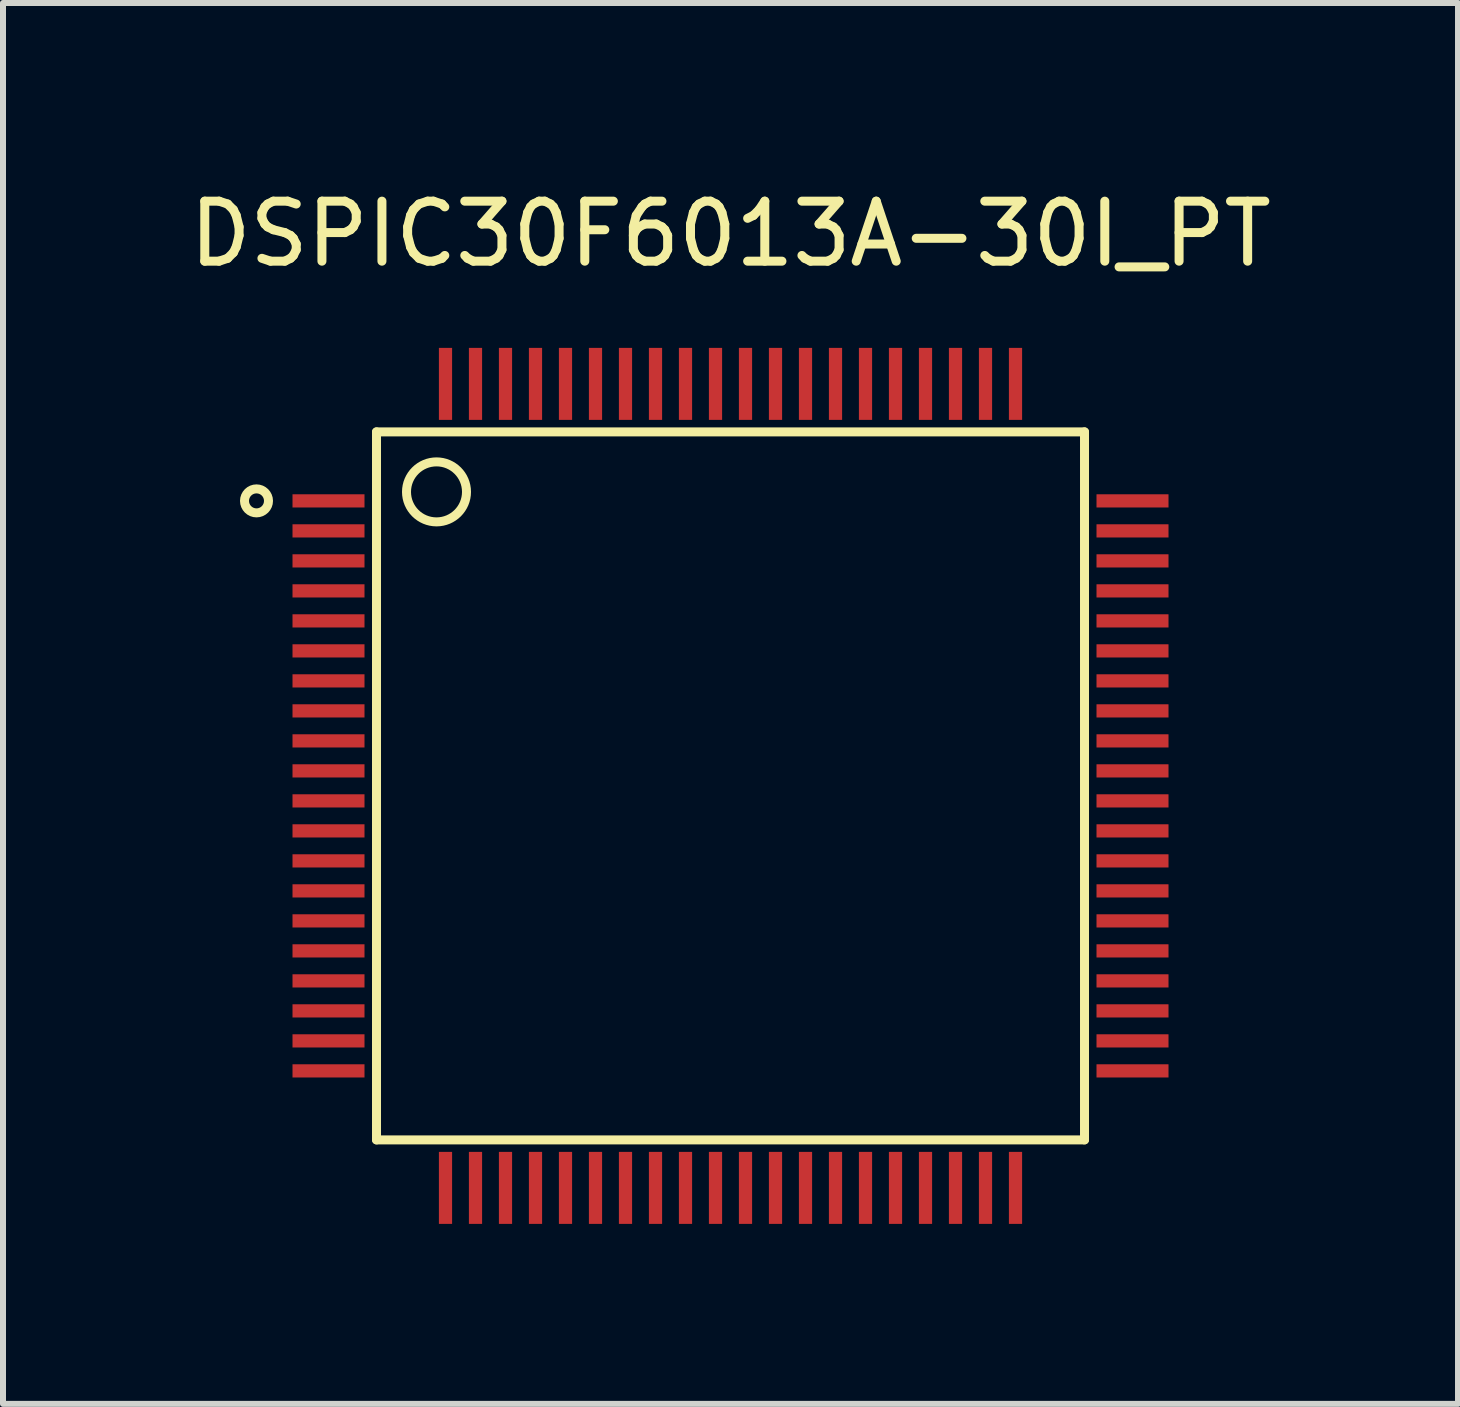
<source format=kicad_pcb>
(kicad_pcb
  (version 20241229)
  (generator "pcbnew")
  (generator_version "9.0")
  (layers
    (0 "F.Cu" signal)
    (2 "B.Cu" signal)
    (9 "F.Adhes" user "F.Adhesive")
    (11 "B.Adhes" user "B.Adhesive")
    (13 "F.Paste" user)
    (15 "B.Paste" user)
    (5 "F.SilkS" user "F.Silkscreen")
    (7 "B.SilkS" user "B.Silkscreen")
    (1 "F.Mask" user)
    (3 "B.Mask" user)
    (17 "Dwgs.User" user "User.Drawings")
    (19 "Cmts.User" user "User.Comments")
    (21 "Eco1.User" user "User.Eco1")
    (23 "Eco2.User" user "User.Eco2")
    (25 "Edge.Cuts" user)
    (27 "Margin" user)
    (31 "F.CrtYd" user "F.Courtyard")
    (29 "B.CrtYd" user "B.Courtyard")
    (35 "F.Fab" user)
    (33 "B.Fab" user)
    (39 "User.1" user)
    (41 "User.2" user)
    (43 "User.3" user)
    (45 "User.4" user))
  (footprint "DSPIC30F6013A-30I_PT"
    (layer "F.Cu")
    (at 2.425 3.348)
    (property "Reference" "DSPIC30F6013A-30I_PT" (at 6.7 -2.5 0) (layer "F.SilkS") (effects (font (size 1 1) (thickness 0.15))))
    (attr through_hole)
    (fp_line (start 0.8 0.8) (end 0.8 12.6) (stroke (width 0.15) (type solid)) (layer "F.SilkS"))
    (fp_line (start 0.8 0.8) (end 12.6 0.8) (stroke (width 0.15) (type solid)) (layer "F.SilkS"))
    (fp_line (start 0.8 12.6) (end 12.6 12.6) (stroke (width 0.15) (type solid)) (layer "F.SilkS"))
    (fp_line (start 12.6 12.6) (end 12.6 0.8) (stroke (width 0.15) (type solid)) (layer "F.SilkS"))
    (fp_circle (center -1.2 1.95) (end -1.2 1.75) (stroke (width 0.15) (type solid)) (fill no) (layer "F.SilkS"))
    (fp_circle (center 1.8 1.8) (end 1.8 1.3) (stroke (width 0.15) (type solid)) (fill no) (layer "F.SilkS"))
    (pad "1" smd rect (at 0 1.95) (size 1.2 0.22) (layers "F.Cu" "F.Mask" "F.Paste"))
    (pad "2" smd rect (at 0 2.45) (size 1.2 0.22) (layers "F.Cu" "F.Mask" "F.Paste"))
    (pad "3" smd rect (at 0 2.95) (size 1.2 0.22) (layers "F.Cu" "F.Mask" "F.Paste"))
    (pad "4" smd rect (at 0 3.45) (size 1.2 0.22) (layers "F.Cu" "F.Mask" "F.Paste"))
    (pad "5" smd rect (at 0 3.95) (size 1.2 0.22) (layers "F.Cu" "F.Mask" "F.Paste"))
    (pad "6" smd rect (at 0 4.45) (size 1.2 0.22) (layers "F.Cu" "F.Mask" "F.Paste"))
    (pad "7" smd rect (at 0 4.95) (size 1.2 0.22) (layers "F.Cu" "F.Mask" "F.Paste"))
    (pad "8" smd rect (at 0 5.45) (size 1.2 0.22) (layers "F.Cu" "F.Mask" "F.Paste"))
    (pad "9" smd rect (at 0 5.95) (size 1.2 0.22) (layers "F.Cu" "F.Mask" "F.Paste"))
    (pad "10" smd rect (at 0 6.45) (size 1.2 0.22) (layers "F.Cu" "F.Mask" "F.Paste"))
    (pad "11" smd rect (at 0 6.95) (size 1.2 0.22) (layers "F.Cu" "F.Mask" "F.Paste"))
    (pad "12" smd rect (at 0 7.45) (size 1.2 0.22) (layers "F.Cu" "F.Mask" "F.Paste"))
    (pad "13" smd rect (at 0 7.95) (size 1.2 0.22) (layers "F.Cu" "F.Mask" "F.Paste"))
    (pad "14" smd rect (at 0 8.45) (size 1.2 0.22) (layers "F.Cu" "F.Mask" "F.Paste"))
    (pad "15" smd rect (at 0 8.95) (size 1.2 0.22) (layers "F.Cu" "F.Mask" "F.Paste"))
    (pad "16" smd rect (at 0 9.45) (size 1.2 0.22) (layers "F.Cu" "F.Mask" "F.Paste"))
    (pad "17" smd rect (at 0 9.95) (size 1.2 0.22) (layers "F.Cu" "F.Mask" "F.Paste"))
    (pad "18" smd rect (at 0 10.45) (size 1.2 0.22) (layers "F.Cu" "F.Mask" "F.Paste"))
    (pad "19" smd rect (at 0 10.95) (size 1.2 0.22) (layers "F.Cu" "F.Mask" "F.Paste"))
    (pad "20" smd rect (at 0 11.45) (size 1.2 0.22) (layers "F.Cu" "F.Mask" "F.Paste"))
    (pad "21" smd rect (at 1.95 13.4) (size 0.22 1.2) (layers "F.Cu" "F.Mask" "F.Paste"))
    (pad "22" smd rect (at 2.45 13.4) (size 0.22 1.2) (layers "F.Cu" "F.Mask" "F.Paste"))
    (pad "23" smd rect (at 2.95 13.4) (size 0.22 1.2) (layers "F.Cu" "F.Mask" "F.Paste"))
    (pad "24" smd rect (at 3.45 13.4) (size 0.22 1.2) (layers "F.Cu" "F.Mask" "F.Paste"))
    (pad "25" smd rect (at 3.95 13.4) (size 0.22 1.2) (layers "F.Cu" "F.Mask" "F.Paste"))
    (pad "26" smd rect (at 4.45 13.4) (size 0.22 1.2) (layers "F.Cu" "F.Mask" "F.Paste"))
    (pad "27" smd rect (at 4.95 13.4) (size 0.22 1.2) (layers "F.Cu" "F.Mask" "F.Paste"))
    (pad "28" smd rect (at 5.45 13.4) (size 0.22 1.2) (layers "F.Cu" "F.Mask" "F.Paste"))
    (pad "29" smd rect (at 5.95 13.4) (size 0.22 1.2) (layers "F.Cu" "F.Mask" "F.Paste"))
    (pad "30" smd rect (at 6.45 13.4) (size 0.22 1.2) (layers "F.Cu" "F.Mask" "F.Paste"))
    (pad "31" smd rect (at 6.95 13.4) (size 0.22 1.2) (layers "F.Cu" "F.Mask" "F.Paste"))
    (pad "32" smd rect (at 7.45 13.4) (size 0.22 1.2) (layers "F.Cu" "F.Mask" "F.Paste"))
    (pad "33" smd rect (at 7.95 13.4) (size 0.22 1.2) (layers "F.Cu" "F.Mask" "F.Paste"))
    (pad "34" smd rect (at 8.45 13.4) (size 0.22 1.2) (layers "F.Cu" "F.Mask" "F.Paste"))
    (pad "35" smd rect (at 8.95 13.4) (size 0.22 1.2) (layers "F.Cu" "F.Mask" "F.Paste"))
    (pad "36" smd rect (at 9.45 13.4) (size 0.22 1.2) (layers "F.Cu" "F.Mask" "F.Paste"))
    (pad "37" smd rect (at 9.95 13.4) (size 0.22 1.2) (layers "F.Cu" "F.Mask" "F.Paste"))
    (pad "38" smd rect (at 10.45 13.4) (size 0.22 1.2) (layers "F.Cu" "F.Mask" "F.Paste"))
    (pad "39" smd rect (at 10.95 13.4) (size 0.22 1.2) (layers "F.Cu" "F.Mask" "F.Paste"))
    (pad "40" smd rect (at 11.45 13.4) (size 0.22 1.2) (layers "F.Cu" "F.Mask" "F.Paste"))
    (pad "41" smd rect (at 13.4 11.45) (size 1.2 0.22) (layers "F.Cu" "F.Mask" "F.Paste"))
    (pad "42" smd rect (at 13.4 10.95) (size 1.2 0.22) (layers "F.Cu" "F.Mask" "F.Paste"))
    (pad "43" smd rect (at 13.4 10.45) (size 1.2 0.22) (layers "F.Cu" "F.Mask" "F.Paste"))
    (pad "44" smd rect (at 13.4 9.95) (size 1.2 0.22) (layers "F.Cu" "F.Mask" "F.Paste"))
    (pad "45" smd rect (at 13.4 9.45) (size 1.2 0.22) (layers "F.Cu" "F.Mask" "F.Paste"))
    (pad "46" smd rect (at 13.4 8.95) (size 1.2 0.22) (layers "F.Cu" "F.Mask" "F.Paste"))
    (pad "47" smd rect (at 13.4 8.45) (size 1.2 0.22) (layers "F.Cu" "F.Mask" "F.Paste"))
    (pad "48" smd rect (at 13.4 7.95) (size 1.2 0.22) (layers "F.Cu" "F.Mask" "F.Paste"))
    (pad "49" smd rect (at 13.4 7.45) (size 1.2 0.22) (layers "F.Cu" "F.Mask" "F.Paste"))
    (pad "50" smd rect (at 13.4 6.95) (size 1.2 0.22) (layers "F.Cu" "F.Mask" "F.Paste"))
    (pad "51" smd rect (at 13.4 6.45) (size 1.2 0.22) (layers "F.Cu" "F.Mask" "F.Paste"))
    (pad "52" smd rect (at 13.4 5.95) (size 1.2 0.22) (layers "F.Cu" "F.Mask" "F.Paste"))
    (pad "53" smd rect (at 13.4 5.45) (size 1.2 0.22) (layers "F.Cu" "F.Mask" "F.Paste"))
    (pad "54" smd rect (at 13.4 4.95) (size 1.2 0.22) (layers "F.Cu" "F.Mask" "F.Paste"))
    (pad "55" smd rect (at 13.4 4.45) (size 1.2 0.22) (layers "F.Cu" "F.Mask" "F.Paste"))
    (pad "56" smd rect (at 13.4 3.95) (size 1.2 0.22) (layers "F.Cu" "F.Mask" "F.Paste"))
    (pad "57" smd rect (at 13.4 3.45) (size 1.2 0.22) (layers "F.Cu" "F.Mask" "F.Paste"))
    (pad "58" smd rect (at 13.4 2.95) (size 1.2 0.22) (layers "F.Cu" "F.Mask" "F.Paste"))
    (pad "59" smd rect (at 13.4 2.45) (size 1.2 0.22) (layers "F.Cu" "F.Mask" "F.Paste"))
    (pad "60" smd rect (at 13.4 1.95) (size 1.2 0.22) (layers "F.Cu" "F.Mask" "F.Paste"))
    (pad "61" smd rect (at 11.45 0) (size 0.22 1.2) (layers "F.Cu" "F.Mask" "F.Paste"))
    (pad "62" smd rect (at 10.95 0) (size 0.22 1.2) (layers "F.Cu" "F.Mask" "F.Paste"))
    (pad "63" smd rect (at 10.45 0) (size 0.22 1.2) (layers "F.Cu" "F.Mask" "F.Paste"))
    (pad "64" smd rect (at 9.95 0) (size 0.22 1.2) (layers "F.Cu" "F.Mask" "F.Paste"))
    (pad "65" smd rect (at 9.45 0) (size 0.22 1.2) (layers "F.Cu" "F.Mask" "F.Paste"))
    (pad "66" smd rect (at 8.95 0) (size 0.22 1.2) (layers "F.Cu" "F.Mask" "F.Paste"))
    (pad "67" smd rect (at 8.45 0) (size 0.22 1.2) (layers "F.Cu" "F.Mask" "F.Paste"))
    (pad "68" smd rect (at 7.95 0) (size 0.22 1.2) (layers "F.Cu" "F.Mask" "F.Paste"))
    (pad "69" smd rect (at 7.45 0) (size 0.22 1.2) (layers "F.Cu" "F.Mask" "F.Paste"))
    (pad "70" smd rect (at 6.95 0) (size 0.22 1.2) (layers "F.Cu" "F.Mask" "F.Paste"))
    (pad "71" smd rect (at 6.45 0) (size 0.22 1.2) (layers "F.Cu" "F.Mask" "F.Paste"))
    (pad "72" smd rect (at 5.95 0) (size 0.22 1.2) (layers "F.Cu" "F.Mask" "F.Paste"))
    (pad "73" smd rect (at 5.45 0) (size 0.22 1.2) (layers "F.Cu" "F.Mask" "F.Paste"))
    (pad "74" smd rect (at 4.95 0) (size 0.22 1.2) (layers "F.Cu" "F.Mask" "F.Paste"))
    (pad "75" smd rect (at 4.45 0) (size 0.22 1.2) (layers "F.Cu" "F.Mask" "F.Paste"))
    (pad "76" smd rect (at 3.95 0) (size 0.22 1.2) (layers "F.Cu" "F.Mask" "F.Paste"))
    (pad "77" smd rect (at 3.45 0) (size 0.22 1.2) (layers "F.Cu" "F.Mask" "F.Paste"))
    (pad "78" smd rect (at 2.95 0) (size 0.22 1.2) (layers "F.Cu" "F.Mask" "F.Paste"))
    (pad "79" smd rect (at 2.45 0) (size 0.22 1.2) (layers "F.Cu" "F.Mask" "F.Paste"))
    (pad "80" smd rect (at 1.95 0) (size 0.22 1.2) (layers "F.Cu" "F.Mask" "F.Paste")))
  (gr_rect
    (start -3 -3)
    (end 21.25 20.348)
    (stroke (width 0.1) (type default))
    (fill no)
    (layer "Edge.Cuts")))
</source>
